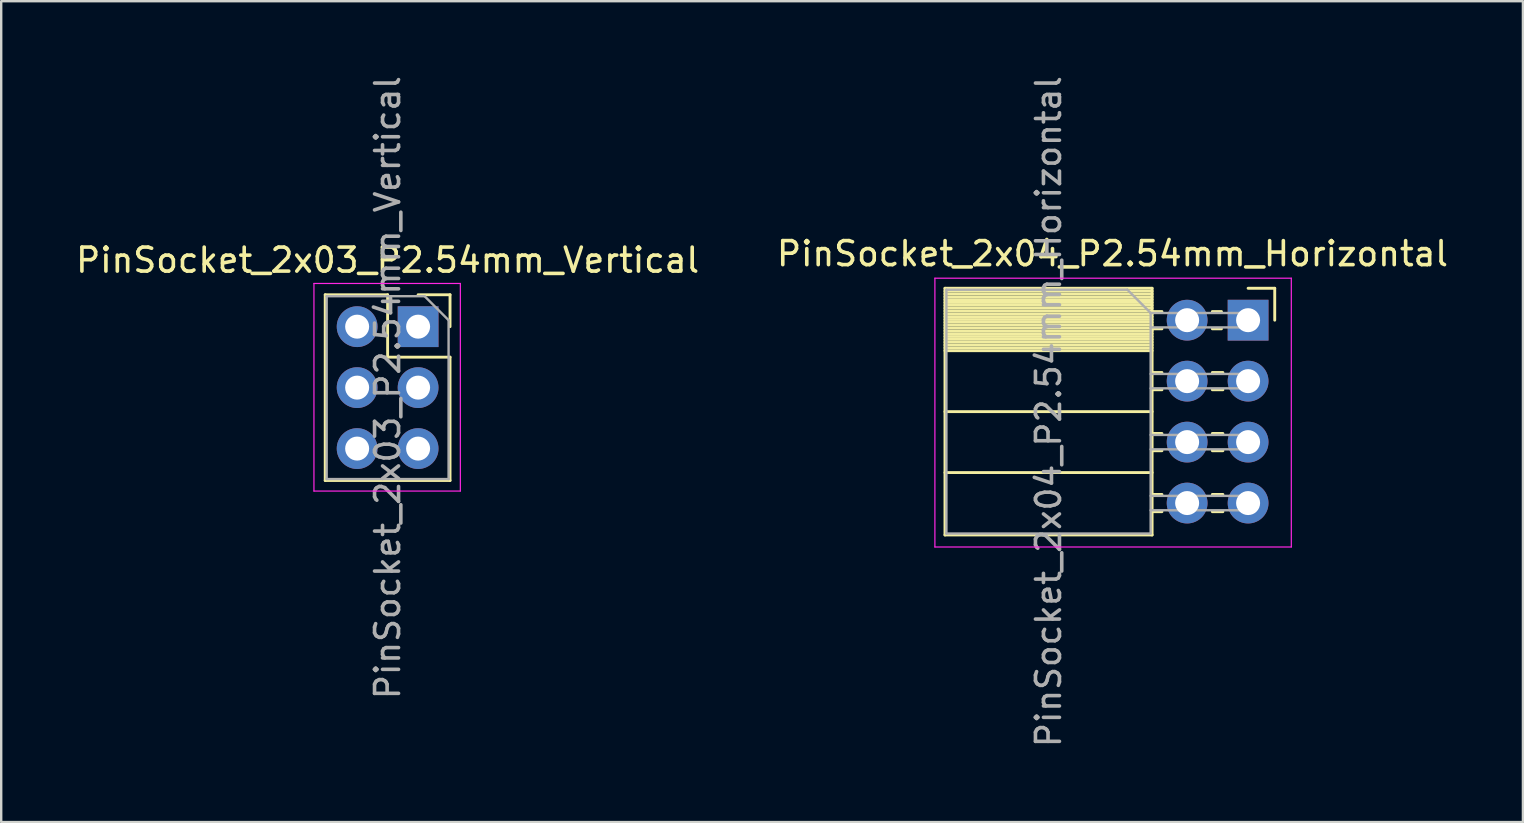
<source format=kicad_pcb>
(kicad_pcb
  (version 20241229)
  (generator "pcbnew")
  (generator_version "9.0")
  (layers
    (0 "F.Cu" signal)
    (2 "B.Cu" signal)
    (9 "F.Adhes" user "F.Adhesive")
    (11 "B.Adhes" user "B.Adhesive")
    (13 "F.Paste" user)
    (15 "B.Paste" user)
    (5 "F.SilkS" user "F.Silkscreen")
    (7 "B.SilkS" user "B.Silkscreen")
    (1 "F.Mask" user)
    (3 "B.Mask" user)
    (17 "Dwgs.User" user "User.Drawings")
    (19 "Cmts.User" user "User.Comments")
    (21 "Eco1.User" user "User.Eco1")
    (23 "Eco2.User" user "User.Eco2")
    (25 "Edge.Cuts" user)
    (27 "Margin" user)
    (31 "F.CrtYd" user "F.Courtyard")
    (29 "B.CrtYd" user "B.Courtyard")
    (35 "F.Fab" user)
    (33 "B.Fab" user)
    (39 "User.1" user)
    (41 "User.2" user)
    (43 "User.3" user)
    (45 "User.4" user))
  (footprint "PinSocket_2x04_P2.54mm_Horizontal"
    (layer "F.Cu")
    (at 48.954 10.291)
    (property "Reference" "PinSocket_2x04_P2.54mm_Horizontal" (at -5.65 -2.77 0) (layer "F.SilkS") (effects (font (size 1 1) (thickness 0.15))))
    (attr through_hole)
    (fp_line (start -12.63 -1.33) (end -12.63 8.95) (stroke (width 0.12) (type solid)) (layer "F.SilkS"))
    (fp_line (start -12.63 -1.33) (end -4 -1.33) (stroke (width 0.12) (type solid)) (layer "F.SilkS"))
    (fp_line (start -12.63 -1.21) (end -4 -1.21) (stroke (width 0.12) (type solid)) (layer "F.SilkS"))
    (fp_line (start -12.63 -1.092) (end -4 -1.092) (stroke (width 0.12) (type solid)) (layer "F.SilkS"))
    (fp_line (start -12.63 -0.974) (end -4 -0.974) (stroke (width 0.12) (type solid)) (layer "F.SilkS"))
    (fp_line (start -12.63 -0.856) (end -4 -0.856) (stroke (width 0.12) (type solid)) (layer "F.SilkS"))
    (fp_line (start -12.63 -0.738) (end -4 -0.738) (stroke (width 0.12) (type solid)) (layer "F.SilkS"))
    (fp_line (start -12.63 -0.62) (end -4 -0.62) (stroke (width 0.12) (type solid)) (layer "F.SilkS"))
    (fp_line (start -12.63 -0.501) (end -4 -0.501) (stroke (width 0.12) (type solid)) (layer "F.SilkS"))
    (fp_line (start -12.63 -0.383) (end -4 -0.383) (stroke (width 0.12) (type solid)) (layer "F.SilkS"))
    (fp_line (start -12.63 -0.265) (end -4 -0.265) (stroke (width 0.12) (type solid)) (layer "F.SilkS"))
    (fp_line (start -12.63 -0.147) (end -4 -0.147) (stroke (width 0.12) (type solid)) (layer "F.SilkS"))
    (fp_line (start -12.63 -0.029) (end -4 -0.029) (stroke (width 0.12) (type solid)) (layer "F.SilkS"))
    (fp_line (start -12.63 0.089) (end -4 0.089) (stroke (width 0.12) (type solid)) (layer "F.SilkS"))
    (fp_line (start -12.63 0.207) (end -4 0.207) (stroke (width 0.12) (type solid)) (layer "F.SilkS"))
    (fp_line (start -12.63 0.325) (end -4 0.325) (stroke (width 0.12) (type solid)) (layer "F.SilkS"))
    (fp_line (start -12.63 0.443) (end -4 0.443) (stroke (width 0.12) (type solid)) (layer "F.SilkS"))
    (fp_line (start -12.63 0.561) (end -4 0.561) (stroke (width 0.12) (type solid)) (layer "F.SilkS"))
    (fp_line (start -12.63 0.68) (end -4 0.68) (stroke (width 0.12) (type solid)) (layer "F.SilkS"))
    (fp_line (start -12.63 0.798) (end -4 0.798) (stroke (width 0.12) (type solid)) (layer "F.SilkS"))
    (fp_line (start -12.63 0.916) (end -4 0.916) (stroke (width 0.12) (type solid)) (layer "F.SilkS"))
    (fp_line (start -12.63 1.034) (end -4 1.034) (stroke (width 0.12) (type solid)) (layer "F.SilkS"))
    (fp_line (start -12.63 1.152) (end -4 1.152) (stroke (width 0.12) (type solid)) (layer "F.SilkS"))
    (fp_line (start -12.63 1.27) (end -4 1.27) (stroke (width 0.12) (type solid)) (layer "F.SilkS"))
    (fp_line (start -12.63 3.81) (end -4 3.81) (stroke (width 0.12) (type solid)) (layer "F.SilkS"))
    (fp_line (start -12.63 6.35) (end -4 6.35) (stroke (width 0.12) (type solid)) (layer "F.SilkS"))
    (fp_line (start -12.63 8.95) (end -4 8.95) (stroke (width 0.12) (type solid)) (layer "F.SilkS"))
    (fp_line (start -4 -1.33) (end -4 8.95) (stroke (width 0.12) (type solid)) (layer "F.SilkS"))
    (fp_line (start -4 -0.36) (end -3.59 -0.36) (stroke (width 0.12) (type solid)) (layer "F.SilkS"))
    (fp_line (start -4 0.36) (end -3.59 0.36) (stroke (width 0.12) (type solid)) (layer "F.SilkS"))
    (fp_line (start -4 2.18) (end -3.59 2.18) (stroke (width 0.12) (type solid)) (layer "F.SilkS"))
    (fp_line (start -4 2.9) (end -3.59 2.9) (stroke (width 0.12) (type solid)) (layer "F.SilkS"))
    (fp_line (start -4 4.72) (end -3.59 4.72) (stroke (width 0.12) (type solid)) (layer "F.SilkS"))
    (fp_line (start -4 5.44) (end -3.59 5.44) (stroke (width 0.12) (type solid)) (layer "F.SilkS"))
    (fp_line (start -4 7.26) (end -3.59 7.26) (stroke (width 0.12) (type solid)) (layer "F.SilkS"))
    (fp_line (start -4 7.98) (end -3.59 7.98) (stroke (width 0.12) (type solid)) (layer "F.SilkS"))
    (fp_line (start -1.49 -0.36) (end -1.11 -0.36) (stroke (width 0.12) (type solid)) (layer "F.SilkS"))
    (fp_line (start -1.49 0.36) (end -1.11 0.36) (stroke (width 0.12) (type solid)) (layer "F.SilkS"))
    (fp_line (start -1.49 2.18) (end -1.05 2.18) (stroke (width 0.12) (type solid)) (layer "F.SilkS"))
    (fp_line (start -1.49 2.9) (end -1.05 2.9) (stroke (width 0.12) (type solid)) (layer "F.SilkS"))
    (fp_line (start -1.49 4.72) (end -1.05 4.72) (stroke (width 0.12) (type solid)) (layer "F.SilkS"))
    (fp_line (start -1.49 5.44) (end -1.05 5.44) (stroke (width 0.12) (type solid)) (layer "F.SilkS"))
    (fp_line (start -1.49 7.26) (end -1.05 7.26) (stroke (width 0.12) (type solid)) (layer "F.SilkS"))
    (fp_line (start -1.49 7.98) (end -1.05 7.98) (stroke (width 0.12) (type solid)) (layer "F.SilkS"))
    (fp_line (start 0 -1.33) (end 1.11 -1.33) (stroke (width 0.12) (type solid)) (layer "F.SilkS"))
    (fp_line (start 1.11 -1.33) (end 1.11 0) (stroke (width 0.12) (type solid)) (layer "F.SilkS"))
    (fp_line (start -13.05 -1.75) (end -13.05 9.45) (stroke (width 0.05) (type solid)) (layer "F.CrtYd"))
    (fp_line (start -13.05 9.45) (end 1.8 9.45) (stroke (width 0.05) (type solid)) (layer "F.CrtYd"))
    (fp_line (start 1.8 -1.75) (end -13.05 -1.75) (stroke (width 0.05) (type solid)) (layer "F.CrtYd"))
    (fp_line (start 1.8 9.45) (end 1.8 -1.75) (stroke (width 0.05) (type solid)) (layer "F.CrtYd"))
    (fp_line (start -12.57 -1.27) (end -5.03 -1.27) (stroke (width 0.1) (type solid)) (layer "F.Fab"))
    (fp_line (start -12.57 8.89) (end -12.57 -1.27) (stroke (width 0.1) (type solid)) (layer "F.Fab"))
    (fp_line (start -5.03 -1.27) (end -4.06 -0.3) (stroke (width 0.1) (type solid)) (layer "F.Fab"))
    (fp_line (start -4.06 -0.3) (end -4.06 8.89) (stroke (width 0.1) (type solid)) (layer "F.Fab"))
    (fp_line (start -4.06 0.3) (end 0 0.3) (stroke (width 0.1) (type solid)) (layer "F.Fab"))
    (fp_line (start -4.06 2.84) (end 0 2.84) (stroke (width 0.1) (type solid)) (layer "F.Fab"))
    (fp_line (start -4.06 5.38) (end 0 5.38) (stroke (width 0.1) (type solid)) (layer "F.Fab"))
    (fp_line (start -4.06 7.92) (end 0 7.92) (stroke (width 0.1) (type solid)) (layer "F.Fab"))
    (fp_line (start -4.06 8.89) (end -12.57 8.89) (stroke (width 0.1) (type solid)) (layer "F.Fab"))
    (fp_line (start 0 -0.3) (end -4.06 -0.3) (stroke (width 0.1) (type solid)) (layer "F.Fab"))
    (fp_line (start 0 0.3) (end 0 -0.3) (stroke (width 0.1) (type solid)) (layer "F.Fab"))
    (fp_line (start 0 2.24) (end -4.06 2.24) (stroke (width 0.1) (type solid)) (layer "F.Fab"))
    (fp_line (start 0 2.84) (end 0 2.24) (stroke (width 0.1) (type solid)) (layer "F.Fab"))
    (fp_line (start 0 4.78) (end -4.06 4.78) (stroke (width 0.1) (type solid)) (layer "F.Fab"))
    (fp_line (start 0 5.38) (end 0 4.78) (stroke (width 0.1) (type solid)) (layer "F.Fab"))
    (fp_line (start 0 7.32) (end -4.06 7.32) (stroke (width 0.1) (type solid)) (layer "F.Fab"))
    (fp_line (start 0 7.92) (end 0 7.32) (stroke (width 0.1) (type solid)) (layer "F.Fab"))
    (fp_text user "${REFERENCE}" (at -8.315 3.81 90) (layer "F.Fab") (effects (font (size 1 1) (thickness 0.15))))
    (pad "1" thru_hole rect (at 0 0) (size 1.7 1.7) (drill 1) (layers "*.Cu" "*.Mask"))
    (pad "2" thru_hole oval (at -2.54 0) (size 1.7 1.7) (drill 1) (layers "*.Cu" "*.Mask"))
    (pad "3" thru_hole oval (at 0 2.54) (size 1.7 1.7) (drill 1) (layers "*.Cu" "*.Mask"))
    (pad "4" thru_hole oval (at -2.54 2.54) (size 1.7 1.7) (drill 1) (layers "*.Cu" "*.Mask"))
    (pad "5" thru_hole oval (at 0 5.08) (size 1.7 1.7) (drill 1) (layers "*.Cu" "*.Mask"))
    (pad "6" thru_hole oval (at -2.54 5.08) (size 1.7 1.7) (drill 1) (layers "*.Cu" "*.Mask"))
    (pad "7" thru_hole oval (at 0 7.62) (size 1.7 1.7) (drill 1) (layers "*.Cu" "*.Mask"))
    (pad "8" thru_hole oval (at -2.54 7.62) (size 1.7 1.7) (drill 1) (layers "*.Cu" "*.Mask")))
  (footprint "PinSocket_2x03_P2.54mm_Vertical"
    (layer "F.Cu")
    (at 14.371 10.561)
    (property "Reference" "PinSocket_2x03_P2.54mm_Vertical" (at -1.27 -2.77 0) (layer "F.SilkS") (effects (font (size 1 1) (thickness 0.15))))
    (attr through_hole)
    (fp_line (start -3.87 -1.33) (end -3.87 6.41) (stroke (width 0.12) (type solid)) (layer "F.SilkS"))
    (fp_line (start -3.87 -1.33) (end -1.27 -1.33) (stroke (width 0.12) (type solid)) (layer "F.SilkS"))
    (fp_line (start -3.87 6.41) (end 1.33 6.41) (stroke (width 0.12) (type solid)) (layer "F.SilkS"))
    (fp_line (start -1.27 -1.33) (end -1.27 1.27) (stroke (width 0.12) (type solid)) (layer "F.SilkS"))
    (fp_line (start -1.27 1.27) (end 1.33 1.27) (stroke (width 0.12) (type solid)) (layer "F.SilkS"))
    (fp_line (start 0 -1.33) (end 1.33 -1.33) (stroke (width 0.12) (type solid)) (layer "F.SilkS"))
    (fp_line (start 1.33 -1.33) (end 1.33 0) (stroke (width 0.12) (type solid)) (layer "F.SilkS"))
    (fp_line (start 1.33 1.27) (end 1.33 6.41) (stroke (width 0.12) (type solid)) (layer "F.SilkS"))
    (fp_line (start -4.34 -1.8) (end 1.76 -1.8) (stroke (width 0.05) (type solid)) (layer "F.CrtYd"))
    (fp_line (start -4.34 6.85) (end -4.34 -1.8) (stroke (width 0.05) (type solid)) (layer "F.CrtYd"))
    (fp_line (start 1.76 -1.8) (end 1.76 6.85) (stroke (width 0.05) (type solid)) (layer "F.CrtYd"))
    (fp_line (start 1.76 6.85) (end -4.34 6.85) (stroke (width 0.05) (type solid)) (layer "F.CrtYd"))
    (fp_line (start -3.81 -1.27) (end 0.27 -1.27) (stroke (width 0.1) (type solid)) (layer "F.Fab"))
    (fp_line (start -3.81 6.35) (end -3.81 -1.27) (stroke (width 0.1) (type solid)) (layer "F.Fab"))
    (fp_line (start 0.27 -1.27) (end 1.27 -0.27) (stroke (width 0.1) (type solid)) (layer "F.Fab"))
    (fp_line (start 1.27 -0.27) (end 1.27 6.35) (stroke (width 0.1) (type solid)) (layer "F.Fab"))
    (fp_line (start 1.27 6.35) (end -3.81 6.35) (stroke (width 0.1) (type solid)) (layer "F.Fab"))
    (fp_text user "${REFERENCE}" (at -1.27 2.54 90) (layer "F.Fab") (effects (font (size 1 1) (thickness 0.15))))
    (pad "1" thru_hole rect (at 0 0) (size 1.7 1.7) (drill 1) (layers "*.Cu" "*.Mask"))
    (pad "2" thru_hole oval (at -2.54 0) (size 1.7 1.7) (drill 1) (layers "*.Cu" "*.Mask"))
    (pad "3" thru_hole oval (at 0 2.54) (size 1.7 1.7) (drill 1) (layers "*.Cu" "*.Mask"))
    (pad "4" thru_hole oval (at -2.54 2.54) (size 1.7 1.7) (drill 1) (layers "*.Cu" "*.Mask"))
    (pad "5" thru_hole oval (at 0 5.08) (size 1.7 1.7) (drill 1) (layers "*.Cu" "*.Mask"))
    (pad "6" thru_hole oval (at -2.54 5.08) (size 1.7 1.7) (drill 1) (layers "*.Cu" "*.Mask")))
  (gr_rect
    (start -3 -3)
    (end 60.405 31.202)
    (stroke (width 0.1) (type default))
    (fill no)
    (layer "Edge.Cuts")))
</source>
